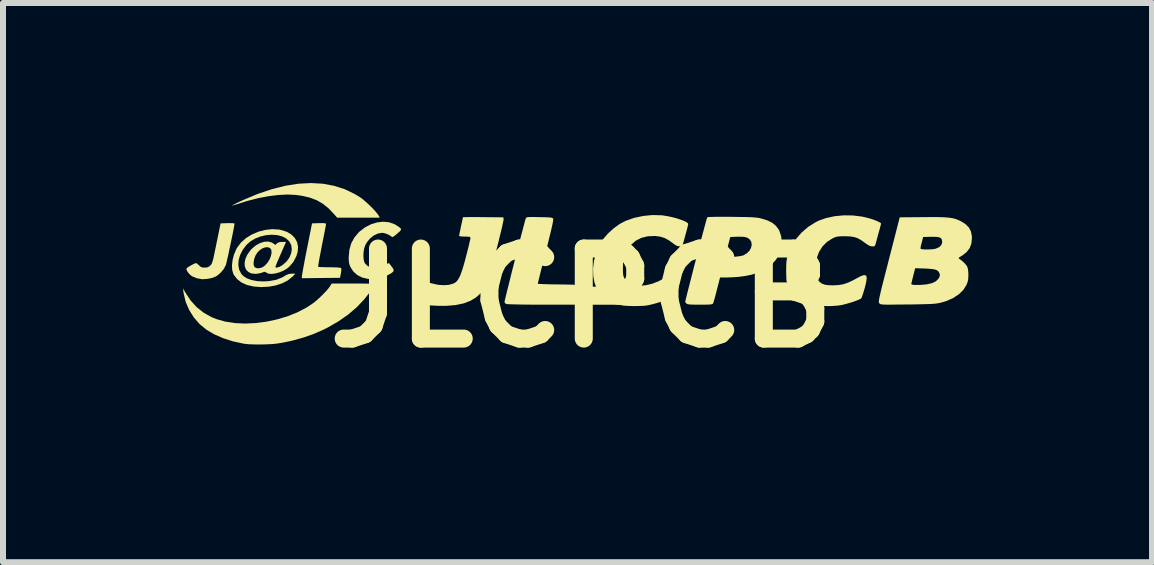
<source format=kicad_pcb>
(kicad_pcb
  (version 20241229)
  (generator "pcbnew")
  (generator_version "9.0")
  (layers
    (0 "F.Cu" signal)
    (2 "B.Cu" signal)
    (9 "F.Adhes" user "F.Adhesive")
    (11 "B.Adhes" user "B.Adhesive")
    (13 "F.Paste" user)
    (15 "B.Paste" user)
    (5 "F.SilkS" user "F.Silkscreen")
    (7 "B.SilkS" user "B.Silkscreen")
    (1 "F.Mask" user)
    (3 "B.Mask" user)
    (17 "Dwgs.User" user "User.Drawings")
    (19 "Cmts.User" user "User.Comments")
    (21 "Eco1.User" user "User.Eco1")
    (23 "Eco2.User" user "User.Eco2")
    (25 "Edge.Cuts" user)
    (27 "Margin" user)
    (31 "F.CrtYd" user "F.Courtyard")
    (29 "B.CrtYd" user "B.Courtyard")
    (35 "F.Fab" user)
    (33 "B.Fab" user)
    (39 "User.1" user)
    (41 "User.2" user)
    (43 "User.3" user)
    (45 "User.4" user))
  (footprint "JLCPCB"
    (layer "F.Cu")
    (at 6.641 1.913)
    (property "Reference" "JLCPCB" (at 0 0 0) (layer "F.SilkS") (effects (font (size 1.5 1.5) (thickness 0.3))))
    (attr board_only exclude_from_pos_files exclude_from_bom)
    (fp_poly (pts (xy -4.313 -1.902) (xy -4.124 -1.867) (xy -3.946 -1.81) (xy -3.778 -1.729) (xy -3.685 -1.672) (xy -3.641 -1.639) (xy -3.589 -1.594) (xy -3.534 -1.543) (xy -3.481 -1.49) (xy -3.435 -1.44) (xy -3.4 -1.398) (xy -3.385 -1.376) (xy -3.363 -1.336) (xy -3.718 -1.336) (xy -4.073 -1.336) (xy -4.125 -1.395) (xy -4.217 -1.492) (xy -4.312 -1.568) (xy -4.414 -1.627) (xy -4.527 -1.67) (xy -4.656 -1.7) (xy -4.761 -1.715) (xy -4.898 -1.722) (xy -5.052 -1.714) (xy -5.217 -1.694) (xy -5.391 -1.661) (xy -5.567 -1.616) (xy -5.669 -1.584) (xy -5.727 -1.565) (xy -5.776 -1.551) (xy -5.81 -1.541) (xy -5.826 -1.538) (xy -5.826 -1.539) (xy -5.814 -1.546) (xy -5.782 -1.562) (xy -5.736 -1.585) (xy -5.678 -1.612) (xy -5.642 -1.629) (xy -5.397 -1.732) (xy -5.162 -1.811) (xy -4.935 -1.868) (xy -4.718 -1.902) (xy -4.511 -1.913)) (stroke (width 0) (type solid)) (fill yes) (layer "F.SilkS"))
    (fp_poly (pts (xy -4.282 -1.244) (xy -4.263 -1.239) (xy -4.259 -1.231) (xy -4.261 -1.215) (xy -4.268 -1.177) (xy -4.278 -1.122) (xy -4.292 -1.051) (xy -4.308 -0.969) (xy -4.326 -0.88) (xy -4.328 -0.87) (xy -4.345 -0.78) (xy -4.361 -0.698) (xy -4.374 -0.628) (xy -4.383 -0.572) (xy -4.389 -0.535) (xy -4.39 -0.518) (xy -4.39 -0.518) (xy -4.375 -0.515) (xy -4.34 -0.513) (xy -4.289 -0.511) (xy -4.227 -0.51) (xy -4.201 -0.51) (xy -4.132 -0.509) (xy -4.074 -0.507) (xy -4.032 -0.503) (xy -4.01 -0.499) (xy -4.008 -0.498) (xy -4.003 -0.476) (xy -4.007 -0.432) (xy -4.011 -0.409) (xy -4.026 -0.334) (xy -4.344 -0.331) (xy -4.662 -0.327) (xy -4.661 -0.362) (xy -4.658 -0.382) (xy -4.651 -0.424) (xy -4.64 -0.485) (xy -4.626 -0.56) (xy -4.61 -0.648) (xy -4.591 -0.744) (xy -4.576 -0.819) (xy -4.492 -1.241) (xy -4.375 -1.245) (xy -4.318 -1.246)) (stroke (width 0) (type solid)) (fill yes) (layer "F.SilkS"))
    (fp_poly (pts (xy -5.809 -1.244) (xy -5.787 -1.24) (xy -5.783 -1.238) (xy -5.786 -1.217) (xy -5.793 -1.176) (xy -5.804 -1.118) (xy -5.818 -1.048) (xy -5.834 -0.971) (xy -5.851 -0.889) (xy -5.869 -0.807) (xy -5.885 -0.729) (xy -5.901 -0.659) (xy -5.914 -0.602) (xy -5.924 -0.561) (xy -5.93 -0.543) (xy -5.962 -0.482) (xy -6.01 -0.424) (xy -6.066 -0.375) (xy -6.109 -0.35) (xy -6.173 -0.328) (xy -6.247 -0.315) (xy -6.317 -0.311) (xy -6.331 -0.312) (xy -6.407 -0.326) (xy -6.475 -0.352) (xy -6.511 -0.374) (xy -6.542 -0.403) (xy -6.567 -0.436) (xy -6.583 -0.468) (xy -6.584 -0.49) (xy -6.583 -0.491) (xy -6.568 -0.504) (xy -6.538 -0.524) (xy -6.5 -0.546) (xy -6.464 -0.565) (xy -6.435 -0.577) (xy -6.426 -0.58) (xy -6.408 -0.571) (xy -6.383 -0.55) (xy -6.375 -0.542) (xy -6.347 -0.517) (xy -6.317 -0.506) (xy -6.281 -0.504) (xy -6.238 -0.508) (xy -6.207 -0.521) (xy -6.188 -0.539) (xy -6.178 -0.548) (xy -6.17 -0.558) (xy -6.163 -0.571) (xy -6.156 -0.589) (xy -6.148 -0.614) (xy -6.138 -0.65) (xy -6.127 -0.699) (xy -6.114 -0.763) (xy -6.097 -0.845) (xy -6.076 -0.947) (xy -6.057 -1.039) (xy -6.016 -1.241) (xy -5.9 -1.245) (xy -5.849 -1.245)) (stroke (width 0) (type solid)) (fill yes) (layer "F.SilkS"))
    (fp_poly (pts (xy -3.212 -1.26) (xy -3.121 -1.23) (xy -3.041 -1.18) (xy -3.038 -1.177) (xy -3.017 -1.159) (xy -3.009 -1.144) (xy -3.013 -1.128) (xy -3.032 -1.106) (xy -3.068 -1.075) (xy -3.089 -1.056) (xy -3.123 -1.029) (xy -3.144 -1.016) (xy -3.159 -1.015) (xy -3.172 -1.025) (xy -3.173 -1.025) (xy -3.212 -1.05) (xy -3.263 -1.072) (xy -3.312 -1.083) (xy -3.324 -1.084) (xy -3.394 -1.072) (xy -3.464 -1.039) (xy -3.527 -0.988) (xy -3.579 -0.924) (xy -3.605 -0.877) (xy -3.624 -0.821) (xy -3.634 -0.756) (xy -3.636 -0.689) (xy -3.63 -0.63) (xy -3.616 -0.584) (xy -3.611 -0.576) (xy -3.566 -0.531) (xy -3.508 -0.505) (xy -3.44 -0.5) (xy -3.363 -0.514) (xy -3.295 -0.542) (xy -3.255 -0.562) (xy -3.225 -0.575) (xy -3.21 -0.579) (xy -3.209 -0.579) (xy -3.2 -0.567) (xy -3.18 -0.541) (xy -3.163 -0.518) (xy -3.14 -0.486) (xy -3.131 -0.461) (xy -3.138 -0.439) (xy -3.162 -0.417) (xy -3.207 -0.391) (xy -3.239 -0.374) (xy -3.35 -0.331) (xy -3.464 -0.313) (xy -3.56 -0.316) (xy -3.657 -0.339) (xy -3.739 -0.381) (xy -3.805 -0.441) (xy -3.848 -0.507) (xy -3.866 -0.547) (xy -3.876 -0.585) (xy -3.88 -0.632) (xy -3.881 -0.675) (xy -3.87 -0.799) (xy -3.839 -0.909) (xy -3.785 -1.007) (xy -3.71 -1.096) (xy -3.698 -1.106) (xy -3.607 -1.176) (xy -3.51 -1.226) (xy -3.409 -1.257) (xy -3.309 -1.269)) (stroke (width 0) (type solid)) (fill yes) (layer "F.SilkS"))
    (fp_poly (pts (xy -3.71 -0.239) (xy -3.626 -0.238) (xy -3.554 -0.237) (xy -3.497 -0.236) (xy -3.458 -0.234) (xy -3.44 -0.232) (xy -3.44 -0.231) (xy -3.447 -0.215) (xy -3.467 -0.183) (xy -3.497 -0.14) (xy -3.533 -0.09) (xy -3.572 -0.039) (xy -3.612 0.011) (xy -3.626 0.028) (xy -3.749 0.158) (xy -3.892 0.28) (xy -4.055 0.393) (xy -4.232 0.495) (xy -4.3 0.529) (xy -4.464 0.601) (xy -4.634 0.661) (xy -4.816 0.711) (xy -4.914 0.733) (xy -4.991 0.748) (xy -5.058 0.759) (xy -5.123 0.767) (xy -5.193 0.772) (xy -5.277 0.775) (xy -5.317 0.776) (xy -5.442 0.776) (xy -5.543 0.773) (xy -5.619 0.765) (xy -5.632 0.763) (xy -5.812 0.724) (xy -5.976 0.671) (xy -6.124 0.606) (xy -6.252 0.53) (xy -6.358 0.443) (xy -6.366 0.436) (xy -6.463 0.324) (xy -6.54 0.2) (xy -6.597 0.067) (xy -6.63 -0.071) (xy -6.634 -0.094) (xy -6.641 -0.157) (xy -6.604 -0.091) (xy -6.516 0.042) (xy -6.415 0.154) (xy -6.299 0.246) (xy -6.168 0.32) (xy -6.085 0.354) (xy -5.939 0.395) (xy -5.779 0.42) (xy -5.609 0.428) (xy -5.432 0.42) (xy -5.253 0.397) (xy -5.075 0.359) (xy -4.903 0.308) (xy -4.74 0.243) (xy -4.589 0.165) (xy -4.474 0.089) (xy -4.422 0.047) (xy -4.366 -0.003) (xy -4.309 -0.059) (xy -4.257 -0.113) (xy -4.215 -0.162) (xy -4.188 -0.2) (xy -4.165 -0.239) (xy -3.802 -0.239)) (stroke (width 0) (type solid)) (fill yes) (layer "F.SilkS"))
    (fp_poly (pts (xy -0.79 -1.347) (xy -0.714 -1.345) (xy -0.704 -1.345) (xy -0.624 -1.344) (xy -0.565 -1.342) (xy -0.524 -1.339) (xy -0.498 -1.335) (xy -0.483 -1.329) (xy -0.475 -1.321) (xy -0.473 -1.309) (xy -0.476 -1.284) (xy -0.482 -1.245) (xy -0.494 -1.189) (xy -0.511 -1.115) (xy -0.534 -1.022) (xy -0.562 -0.907) (xy -0.596 -0.773) (xy -0.625 -0.662) (xy -0.651 -0.558) (xy -0.675 -0.465) (xy -0.695 -0.384) (xy -0.711 -0.318) (xy -0.723 -0.27) (xy -0.73 -0.242) (xy -0.731 -0.236) (xy -0.719 -0.234) (xy -0.685 -0.231) (xy -0.632 -0.229) (xy -0.564 -0.227) (xy -0.484 -0.225) (xy -0.395 -0.224) (xy -0.294 -0.223) (xy -0.214 -0.221) (xy -0.155 -0.22) (xy -0.111 -0.217) (xy -0.082 -0.214) (xy -0.063 -0.21) (xy -0.052 -0.205) (xy -0.046 -0.199) (xy -0.04 -0.181) (xy -0.042 -0.151) (xy -0.051 -0.106) (xy -0.062 -0.06) (xy -0.076 -0.006) (xy -0.089 0.042) (xy -0.099 0.076) (xy -0.102 0.085) (xy -0.113 0.113) (xy -0.677 0.113) (xy -0.824 0.113) (xy -0.952 0.112) (xy -1.059 0.11) (xy -1.145 0.108) (xy -1.208 0.106) (xy -1.248 0.103) (xy -1.263 0.1) (xy -1.281 0.08) (xy -1.285 0.068) (xy -1.282 0.052) (xy -1.273 0.014) (xy -1.26 -0.042) (xy -1.242 -0.115) (xy -1.22 -0.202) (xy -1.196 -0.299) (xy -1.17 -0.404) (xy -1.142 -0.515) (xy -1.113 -0.628) (xy -1.084 -0.741) (xy -1.056 -0.852) (xy -1.029 -0.957) (xy -1.004 -1.054) (xy -0.981 -1.14) (xy -0.962 -1.212) (xy -0.947 -1.268) (xy -0.937 -1.305) (xy -0.932 -1.32) (xy -0.927 -1.33) (xy -0.919 -1.338) (xy -0.906 -1.343) (xy -0.882 -1.346) (xy -0.845 -1.347)) (stroke (width 0) (type solid)) (fill yes) (layer "F.SilkS"))
    (fp_poly (pts (xy -1.731 -1.346) (xy -1.642 -1.345) (xy -1.641 -1.345) (xy -1.304 -1.342) (xy -1.3 -1.31) (xy -1.303 -1.291) (xy -1.311 -1.251) (xy -1.323 -1.193) (xy -1.34 -1.12) (xy -1.361 -1.036) (xy -1.383 -0.944) (xy -1.408 -0.847) (xy -1.433 -0.748) (xy -1.458 -0.651) (xy -1.482 -0.558) (xy -1.505 -0.474) (xy -1.525 -0.401) (xy -1.542 -0.342) (xy -1.555 -0.301) (xy -1.556 -0.299) (xy -1.605 -0.186) (xy -1.67 -0.09) (xy -1.752 -0.013) (xy -1.85 0.048) (xy -1.966 0.092) (xy -2.1 0.12) (xy -2.243 0.132) (xy -2.318 0.133) (xy -2.4 0.132) (xy -2.476 0.128) (xy -2.512 0.126) (xy -2.566 0.12) (xy -2.613 0.112) (xy -2.644 0.104) (xy -2.653 0.1) (xy -2.664 0.085) (xy -2.669 0.062) (xy -2.667 0.028) (xy -2.657 -0.023) (xy -2.64 -0.092) (xy -2.635 -0.113) (xy -2.617 -0.177) (xy -2.601 -0.22) (xy -2.583 -0.244) (xy -2.56 -0.253) (xy -2.528 -0.25) (xy -2.491 -0.24) (xy -2.394 -0.218) (xy -2.299 -0.211) (xy -2.212 -0.217) (xy -2.138 -0.238) (xy -2.108 -0.253) (xy -2.081 -0.276) (xy -2.055 -0.311) (xy -2.029 -0.359) (xy -2.003 -0.425) (xy -1.976 -0.508) (xy -1.946 -0.613) (xy -1.922 -0.706) (xy -1.901 -0.786) (xy -1.883 -0.858) (xy -1.869 -0.92) (xy -1.858 -0.966) (xy -1.853 -0.993) (xy -1.852 -0.998) (xy -1.855 -1.01) (xy -1.868 -1.017) (xy -1.896 -1.02) (xy -1.944 -1.021) (xy -1.947 -1.021) (xy -1.995 -1.022) (xy -2.028 -1.027) (xy -2.041 -1.033) (xy -2.041 -1.033) (xy -2.039 -1.05) (xy -2.032 -1.086) (xy -2.021 -1.136) (xy -2.01 -1.192) (xy -1.997 -1.249) (xy -1.987 -1.297) (xy -1.98 -1.33) (xy -1.978 -1.343) (xy -1.966 -1.344) (xy -1.932 -1.345) (xy -1.879 -1.346) (xy -1.811 -1.346)) (stroke (width 0) (type solid)) (fill yes) (layer "F.SilkS"))
    (fp_poly (pts (xy 1.331 -1.376) (xy 1.351 -1.374) (xy 1.426 -1.362) (xy 1.503 -1.346) (xy 1.577 -1.327) (xy 1.645 -1.305) (xy 1.703 -1.283) (xy 1.746 -1.262) (xy 1.772 -1.242) (xy 1.776 -1.231) (xy 1.773 -1.214) (xy 1.764 -1.177) (xy 1.751 -1.126) (xy 1.734 -1.065) (xy 1.727 -1.039) (xy 1.679 -0.863) (xy 1.635 -0.859) (xy 1.605 -0.861) (xy 1.575 -0.872) (xy 1.537 -0.898) (xy 1.528 -0.905) (xy 1.452 -0.96) (xy 1.383 -0.997) (xy 1.313 -1.019) (xy 1.234 -1.03) (xy 1.221 -1.031) (xy 1.102 -1.026) (xy 0.996 -1) (xy 0.903 -0.953) (xy 0.825 -0.885) (xy 0.761 -0.797) (xy 0.716 -0.699) (xy 0.701 -0.649) (xy 0.692 -0.595) (xy 0.688 -0.529) (xy 0.688 -0.498) (xy 0.688 -0.437) (xy 0.691 -0.395) (xy 0.697 -0.363) (xy 0.707 -0.337) (xy 0.716 -0.32) (xy 0.761 -0.266) (xy 0.822 -0.229) (xy 0.897 -0.207) (xy 0.984 -0.202) (xy 1.079 -0.212) (xy 1.18 -0.237) (xy 1.285 -0.278) (xy 1.377 -0.328) (xy 1.438 -0.36) (xy 1.484 -0.376) (xy 1.517 -0.373) (xy 1.537 -0.359) (xy 1.543 -0.346) (xy 1.544 -0.326) (xy 1.539 -0.293) (xy 1.528 -0.245) (xy 1.513 -0.188) (xy 1.494 -0.113) (xy 1.478 -0.059) (xy 1.464 -0.021) (xy 1.448 0.005) (xy 1.427 0.023) (xy 1.398 0.038) (xy 1.357 0.052) (xy 1.315 0.066) (xy 1.25 0.087) (xy 1.184 0.105) (xy 1.126 0.119) (xy 1.096 0.125) (xy 1.038 0.132) (xy 0.964 0.135) (xy 0.883 0.137) (xy 0.802 0.135) (xy 0.73 0.132) (xy 0.677 0.126) (xy 0.579 0.101) (xy 0.485 0.063) (xy 0.4 0.014) (xy 0.331 -0.041) (xy 0.311 -0.063) (xy 0.254 -0.149) (xy 0.215 -0.25) (xy 0.194 -0.362) (xy 0.19 -0.482) (xy 0.204 -0.607) (xy 0.235 -0.733) (xy 0.284 -0.856) (xy 0.299 -0.885) (xy 0.359 -0.98) (xy 0.439 -1.072) (xy 0.532 -1.157) (xy 0.632 -1.23) (xy 0.735 -1.284) (xy 0.738 -1.285) (xy 0.876 -1.333) (xy 1.027 -1.365) (xy 1.181 -1.38)) (stroke (width 0) (type solid)) (fill yes) (layer "F.SilkS"))
    (fp_poly (pts (xy 2.407 -1.351) (xy 2.505 -1.35) (xy 2.621 -1.348) (xy 2.716 -1.347) (xy 2.791 -1.345) (xy 2.852 -1.342) (xy 2.899 -1.338) (xy 2.938 -1.334) (xy 2.97 -1.328) (xy 2.994 -1.322) (xy 3.095 -1.291) (xy 3.174 -1.252) (xy 3.235 -1.203) (xy 3.28 -1.143) (xy 3.294 -1.118) (xy 3.325 -1.025) (xy 3.335 -0.927) (xy 3.323 -0.827) (xy 3.292 -0.73) (xy 3.242 -0.641) (xy 3.175 -0.564) (xy 3.17 -0.559) (xy 3.109 -0.514) (xy 3.033 -0.469) (xy 2.95 -0.429) (xy 2.867 -0.397) (xy 2.829 -0.386) (xy 2.729 -0.365) (xy 2.614 -0.35) (xy 2.495 -0.342) (xy 2.423 -0.34) (xy 2.307 -0.34) (xy 2.294 -0.293) (xy 2.287 -0.262) (xy 2.274 -0.214) (xy 2.259 -0.155) (xy 2.242 -0.09) (xy 2.242 -0.088) (xy 2.226 -0.027) (xy 2.211 0.027) (xy 2.199 0.068) (xy 2.191 0.09) (xy 2.19 0.091) (xy 2.184 0.1) (xy 2.171 0.106) (xy 2.149 0.109) (xy 2.113 0.112) (xy 2.061 0.113) (xy 1.987 0.113) (xy 1.972 0.113) (xy 1.893 0.113) (xy 1.835 0.112) (xy 1.794 0.109) (xy 1.768 0.105) (xy 1.752 0.098) (xy 1.746 0.094) (xy 1.73 0.075) (xy 1.726 0.066) (xy 1.729 0.05) (xy 1.738 0.012) (xy 1.752 -0.044) (xy 1.77 -0.117) (xy 1.792 -0.203) (xy 1.817 -0.3) (xy 1.844 -0.405) (xy 1.872 -0.516) (xy 1.902 -0.629) (xy 1.914 -0.677) (xy 2.391 -0.677) (xy 2.522 -0.683) (xy 2.591 -0.689) (xy 2.65 -0.697) (xy 2.691 -0.707) (xy 2.698 -0.71) (xy 2.756 -0.745) (xy 2.798 -0.788) (xy 2.824 -0.837) (xy 2.834 -0.887) (xy 2.827 -0.933) (xy 2.802 -0.973) (xy 2.761 -1.002) (xy 2.716 -1.015) (xy 2.677 -1.018) (xy 2.624 -1.019) (xy 2.571 -1.018) (xy 2.477 -1.014) (xy 2.443 -0.886) (xy 2.428 -0.828) (xy 2.414 -0.774) (xy 2.404 -0.733) (xy 2.4 -0.717) (xy 2.391 -0.677) (xy 1.914 -0.677) (xy 1.931 -0.743) (xy 1.96 -0.854) (xy 1.988 -0.96) (xy 2.014 -1.058) (xy 2.038 -1.146) (xy 2.058 -1.221) (xy 2.074 -1.28) (xy 2.086 -1.321) (xy 2.092 -1.34) (xy 2.093 -1.342) (xy 2.109 -1.346) (xy 2.15 -1.348) (xy 2.214 -1.35) (xy 2.3 -1.351)) (stroke (width 0) (type solid)) (fill yes) (layer "F.SilkS"))
    (fp_poly (pts (xy 4.521 -1.373) (xy 4.673 -1.354) (xy 4.809 -1.321) (xy 4.866 -1.302) (xy 4.918 -1.281) (xy 4.959 -1.262) (xy 4.984 -1.246) (xy 4.989 -1.238) (xy 4.986 -1.223) (xy 4.977 -1.189) (xy 4.965 -1.142) (xy 4.952 -1.097) (xy 4.935 -1.036) (xy 4.92 -0.978) (xy 4.907 -0.931) (xy 4.901 -0.91) (xy 4.891 -0.877) (xy 4.878 -0.861) (xy 4.856 -0.857) (xy 4.843 -0.857) (xy 4.812 -0.862) (xy 4.777 -0.878) (xy 4.732 -0.908) (xy 4.719 -0.918) (xy 4.654 -0.964) (xy 4.595 -0.996) (xy 4.535 -1.015) (xy 4.465 -1.024) (xy 4.385 -1.027) (xy 4.322 -1.026) (xy 4.278 -1.023) (xy 4.243 -1.017) (xy 4.212 -1.006) (xy 4.18 -0.991) (xy 4.089 -0.933) (xy 4.013 -0.857) (xy 3.955 -0.765) (xy 3.916 -0.66) (xy 3.896 -0.545) (xy 3.896 -0.448) (xy 3.902 -0.389) (xy 3.913 -0.346) (xy 3.931 -0.31) (xy 3.934 -0.305) (xy 3.967 -0.264) (xy 4.007 -0.236) (xy 4.057 -0.218) (xy 4.123 -0.21) (xy 4.189 -0.209) (xy 4.279 -0.213) (xy 4.36 -0.227) (xy 4.438 -0.253) (xy 4.522 -0.292) (xy 4.576 -0.322) (xy 4.642 -0.357) (xy 4.692 -0.377) (xy 4.725 -0.379) (xy 4.745 -0.363) (xy 4.75 -0.328) (xy 4.743 -0.272) (xy 4.725 -0.194) (xy 4.718 -0.167) (xy 4.7 -0.106) (xy 4.683 -0.053) (xy 4.669 -0.014) (xy 4.659 0.008) (xy 4.658 0.009) (xy 4.636 0.022) (xy 4.597 0.039) (xy 4.543 0.059) (xy 4.483 0.079) (xy 4.42 0.097) (xy 4.36 0.113) (xy 4.324 0.121) (xy 4.253 0.13) (xy 4.167 0.136) (xy 4.074 0.137) (xy 3.984 0.134) (xy 3.903 0.127) (xy 3.855 0.119) (xy 3.744 0.085) (xy 3.643 0.033) (xy 3.556 -0.032) (xy 3.487 -0.11) (xy 3.439 -0.196) (xy 3.438 -0.198) (xy 3.426 -0.231) (xy 3.418 -0.264) (xy 3.412 -0.301) (xy 3.41 -0.35) (xy 3.409 -0.416) (xy 3.408 -0.447) (xy 3.409 -0.524) (xy 3.411 -0.582) (xy 3.416 -0.628) (xy 3.424 -0.67) (xy 3.436 -0.713) (xy 3.437 -0.718) (xy 3.492 -0.852) (xy 3.568 -0.976) (xy 3.664 -1.087) (xy 3.776 -1.184) (xy 3.903 -1.263) (xy 3.949 -1.286) (xy 4.076 -1.331) (xy 4.218 -1.361) (xy 4.368 -1.375)) (stroke (width 0) (type solid)) (fill yes) (layer "F.SilkS"))
    (fp_poly (pts (xy 5.924 -1.346) (xy 6.01 -1.344) (xy 6.08 -1.34) (xy 6.138 -1.334) (xy 6.186 -1.326) (xy 6.228 -1.315) (xy 6.267 -1.301) (xy 6.306 -1.283) (xy 6.317 -1.278) (xy 6.396 -1.229) (xy 6.452 -1.173) (xy 6.487 -1.106) (xy 6.502 -1.026) (xy 6.503 -0.996) (xy 6.494 -0.905) (xy 6.465 -0.828) (xy 6.414 -0.762) (xy 6.341 -0.705) (xy 6.326 -0.696) (xy 6.294 -0.676) (xy 6.282 -0.664) (xy 6.286 -0.654) (xy 6.293 -0.65) (xy 6.337 -0.618) (xy 6.381 -0.578) (xy 6.414 -0.537) (xy 6.423 -0.524) (xy 6.436 -0.484) (xy 6.443 -0.424) (xy 6.444 -0.384) (xy 6.442 -0.324) (xy 6.435 -0.279) (xy 6.421 -0.237) (xy 6.411 -0.214) (xy 6.359 -0.131) (xy 6.284 -0.059) (xy 6.19 0.003) (xy 6.077 0.053) (xy 5.996 0.077) (xy 5.966 0.084) (xy 5.936 0.09) (xy 5.903 0.095) (xy 5.864 0.099) (xy 5.817 0.102) (xy 5.757 0.104) (xy 5.682 0.106) (xy 5.589 0.108) (xy 5.474 0.11) (xy 5.436 0.11) (xy 5.317 0.111) (xy 5.221 0.112) (xy 5.145 0.113) (xy 5.086 0.113) (xy 5.042 0.112) (xy 5.011 0.11) (xy 4.99 0.107) (xy 4.976 0.103) (xy 4.967 0.098) (xy 4.961 0.091) (xy 4.956 0.085) (xy 4.953 0.077) (xy 4.952 0.065) (xy 4.953 0.047) (xy 4.957 0.021) (xy 4.964 -0.015) (xy 4.975 -0.063) (xy 4.989 -0.125) (xy 5.008 -0.202) (xy 5.015 -0.228) (xy 5.493 -0.228) (xy 5.505 -0.221) (xy 5.536 -0.216) (xy 5.583 -0.215) (xy 5.638 -0.216) (xy 5.698 -0.22) (xy 5.755 -0.226) (xy 5.84 -0.246) (xy 5.903 -0.276) (xy 5.945 -0.319) (xy 5.952 -0.33) (xy 5.967 -0.363) (xy 5.969 -0.388) (xy 5.961 -0.412) (xy 5.946 -0.438) (xy 5.924 -0.458) (xy 5.891 -0.471) (xy 5.844 -0.48) (xy 5.777 -0.486) (xy 5.718 -0.489) (xy 5.558 -0.494) (xy 5.545 -0.446) (xy 5.523 -0.359) (xy 5.507 -0.295) (xy 5.497 -0.253) (xy 5.493 -0.23) (xy 5.493 -0.228) (xy 5.015 -0.228) (xy 5.032 -0.296) (xy 5.061 -0.41) (xy 5.096 -0.545) (xy 5.119 -0.637) (xy 5.167 -0.822) (xy 5.645 -0.822) (xy 5.656 -0.814) (xy 5.686 -0.809) (xy 5.73 -0.806) (xy 5.78 -0.807) (xy 5.831 -0.809) (xy 5.876 -0.815) (xy 5.901 -0.82) (xy 5.958 -0.845) (xy 5.994 -0.881) (xy 6.008 -0.927) (xy 6.007 -0.942) (xy 6.001 -0.973) (xy 5.985 -0.996) (xy 5.957 -1.009) (xy 5.913 -1.016) (xy 5.849 -1.018) (xy 5.815 -1.017) (xy 5.69 -1.014) (xy 5.668 -0.926) (xy 5.656 -0.88) (xy 5.648 -0.843) (xy 5.645 -0.823) (xy 5.645 -0.822) (xy 5.167 -0.822) (xy 5.3 -1.342) (xy 5.693 -1.345) (xy 5.82 -1.346)) (stroke (width 0) (type solid)) (fill yes) (layer "F.SilkS"))
    (fp_poly (pts (xy -5.042 -1.138) (xy -5.012 -1.132) (xy -4.915 -1.102) (xy -4.837 -1.056) (xy -4.779 -0.998) (xy -4.741 -0.928) (xy -4.725 -0.85) (xy -4.732 -0.763) (xy -4.755 -0.691) (xy -4.804 -0.597) (xy -4.869 -0.521) (xy -4.911 -0.487) (xy -4.973 -0.451) (xy -5.039 -0.424) (xy -5.106 -0.406) (xy -5.167 -0.399) (xy -5.217 -0.403) (xy -5.251 -0.419) (xy -5.268 -0.432) (xy -5.286 -0.434) (xy -5.314 -0.425) (xy -5.323 -0.421) (xy -5.366 -0.409) (xy -5.417 -0.401) (xy -5.436 -0.4) (xy -5.503 -0.407) (xy -5.555 -0.433) (xy -5.592 -0.472) (xy -5.612 -0.524) (xy -5.615 -0.584) (xy -5.613 -0.596) (xy -5.465 -0.596) (xy -5.465 -0.549) (xy -5.451 -0.515) (xy -5.448 -0.511) (xy -5.416 -0.495) (xy -5.372 -0.493) (xy -5.326 -0.506) (xy -5.319 -0.509) (xy -5.273 -0.542) (xy -5.232 -0.588) (xy -5.199 -0.642) (xy -5.177 -0.697) (xy -5.166 -0.75) (xy -5.169 -0.795) (xy -5.185 -0.824) (xy -5.221 -0.843) (xy -5.266 -0.843) (xy -5.316 -0.826) (xy -5.365 -0.794) (xy -5.405 -0.752) (xy -5.434 -0.705) (xy -5.455 -0.65) (xy -5.465 -0.596) (xy -5.613 -0.596) (xy -5.602 -0.65) (xy -5.571 -0.719) (xy -5.522 -0.788) (xy -5.49 -0.823) (xy -5.426 -0.876) (xy -5.357 -0.913) (xy -5.287 -0.935) (xy -5.221 -0.938) (xy -5.164 -0.923) (xy -5.142 -0.91) (xy -5.103 -0.882) (xy -5.078 -0.907) (xy -5.051 -0.924) (xy -5.011 -0.932) (xy -4.989 -0.932) (xy -4.926 -0.932) (xy -4.943 -0.891) (xy -4.955 -0.865) (xy -4.974 -0.821) (xy -4.998 -0.765) (xy -5.026 -0.703) (xy -5.032 -0.689) (xy -5.057 -0.63) (xy -5.079 -0.578) (xy -5.094 -0.54) (xy -5.102 -0.518) (xy -5.103 -0.516) (xy -5.093 -0.504) (xy -5.068 -0.506) (xy -5.033 -0.518) (xy -4.992 -0.541) (xy -4.983 -0.547) (xy -4.917 -0.605) (xy -4.869 -0.671) (xy -4.84 -0.742) (xy -4.829 -0.813) (xy -4.839 -0.881) (xy -4.871 -0.941) (xy -4.924 -0.991) (xy -4.993 -1.026) (xy -5.074 -1.046) (xy -5.162 -1.052) (xy -5.255 -1.045) (xy -5.348 -1.024) (xy -5.436 -0.99) (xy -5.516 -0.943) (xy -5.583 -0.884) (xy -5.586 -0.881) (xy -5.647 -0.8) (xy -5.69 -0.715) (xy -5.715 -0.63) (xy -5.72 -0.547) (xy -5.707 -0.471) (xy -5.673 -0.404) (xy -5.642 -0.369) (xy -5.582 -0.328) (xy -5.502 -0.298) (xy -5.406 -0.279) (xy -5.3 -0.274) (xy -5.209 -0.279) (xy -5.088 -0.301) (xy -4.982 -0.344) (xy -4.927 -0.378) (xy -4.876 -0.399) (xy -4.83 -0.403) (xy -4.77 -0.403) (xy -4.82 -0.352) (xy -4.895 -0.291) (xy -4.989 -0.243) (xy -5.097 -0.207) (xy -5.215 -0.186) (xy -5.34 -0.18) (xy -5.466 -0.189) (xy -5.469 -0.19) (xy -5.576 -0.215) (xy -5.667 -0.256) (xy -5.74 -0.312) (xy -5.793 -0.381) (xy -5.802 -0.397) (xy -5.822 -0.463) (xy -5.826 -0.542) (xy -5.816 -0.63) (xy -5.793 -0.719) (xy -5.757 -0.806) (xy -5.74 -0.837) (xy -5.676 -0.921) (xy -5.594 -0.995) (xy -5.496 -1.055) (xy -5.388 -1.102) (xy -5.273 -1.132) (xy -5.156 -1.145)) (stroke (width 0) (type solid)) (fill yes) (layer "F.SilkS")))
  (gr_rect
    (start -3 -3)
    (end 16.145 6.317)
    (stroke (width 0.1) (type default))
    (fill no)
    (layer "Edge.Cuts")))
</source>
